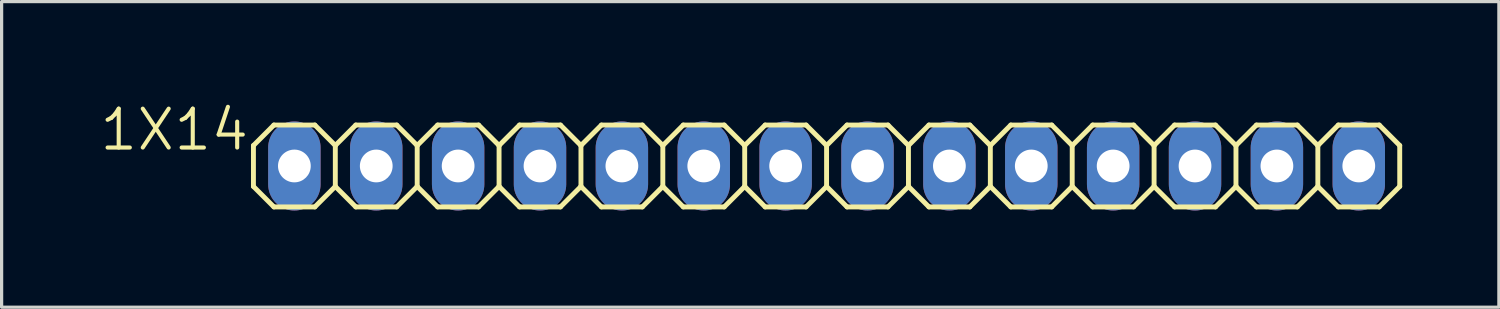
<source format=kicad_pcb>
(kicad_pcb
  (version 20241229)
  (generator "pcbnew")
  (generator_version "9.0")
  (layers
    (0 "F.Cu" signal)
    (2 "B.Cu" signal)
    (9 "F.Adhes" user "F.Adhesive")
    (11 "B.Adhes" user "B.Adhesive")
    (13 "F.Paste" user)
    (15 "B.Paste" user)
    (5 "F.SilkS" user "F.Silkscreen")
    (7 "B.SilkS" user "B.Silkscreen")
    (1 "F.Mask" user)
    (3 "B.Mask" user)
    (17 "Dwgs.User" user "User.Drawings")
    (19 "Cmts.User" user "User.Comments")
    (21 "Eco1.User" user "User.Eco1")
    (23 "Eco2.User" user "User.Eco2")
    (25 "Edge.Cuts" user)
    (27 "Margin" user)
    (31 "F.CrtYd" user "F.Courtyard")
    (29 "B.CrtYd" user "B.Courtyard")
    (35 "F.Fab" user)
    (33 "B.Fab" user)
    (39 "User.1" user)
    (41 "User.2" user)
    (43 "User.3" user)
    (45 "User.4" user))
  (footprint "1X14"
    (layer "F.Cu")
    (at 22.592 2.099)
    (property "Reference" "1X14" (at -17.856 -1.829 0) (layer "F.SilkS") (effects (font (size 1.206 1.206) (thickness 0.127)) (justify right top)))
    (attr through_hole)
    (fp_line (start -17.78 -0.635) (end -17.78 0.635) (stroke (width 0.152) (type solid)) (layer "F.SilkS"))
    (fp_line (start -17.78 0.635) (end -17.145 1.27) (stroke (width 0.152) (type solid)) (layer "F.SilkS"))
    (fp_line (start -17.145 -1.27) (end -17.78 -0.635) (stroke (width 0.152) (type solid)) (layer "F.SilkS"))
    (fp_line (start -17.145 -1.27) (end -15.875 -1.27) (stroke (width 0.152) (type solid)) (layer "F.SilkS"))
    (fp_line (start -15.875 -1.27) (end -15.24 -0.635) (stroke (width 0.152) (type solid)) (layer "F.SilkS"))
    (fp_line (start -15.875 1.27) (end -17.145 1.27) (stroke (width 0.152) (type solid)) (layer "F.SilkS"))
    (fp_line (start -15.24 -0.635) (end -15.24 0.635) (stroke (width 0.152) (type solid)) (layer "F.SilkS"))
    (fp_line (start -15.24 -0.635) (end -14.605 -1.27) (stroke (width 0.152) (type solid)) (layer "F.SilkS"))
    (fp_line (start -15.24 0.635) (end -15.875 1.27) (stroke (width 0.152) (type solid)) (layer "F.SilkS"))
    (fp_line (start -14.605 -1.27) (end -13.335 -1.27) (stroke (width 0.152) (type solid)) (layer "F.SilkS"))
    (fp_line (start -14.605 1.27) (end -15.24 0.635) (stroke (width 0.152) (type solid)) (layer "F.SilkS"))
    (fp_line (start -13.335 -1.27) (end -12.7 -0.635) (stroke (width 0.152) (type solid)) (layer "F.SilkS"))
    (fp_line (start -13.335 1.27) (end -14.605 1.27) (stroke (width 0.152) (type solid)) (layer "F.SilkS"))
    (fp_line (start -12.7 -0.635) (end -12.7 0.635) (stroke (width 0.152) (type solid)) (layer "F.SilkS"))
    (fp_line (start -12.7 -0.635) (end -12.065 -1.27) (stroke (width 0.152) (type solid)) (layer "F.SilkS"))
    (fp_line (start -12.7 0.635) (end -13.335 1.27) (stroke (width 0.152) (type solid)) (layer "F.SilkS"))
    (fp_line (start -12.065 -1.27) (end -10.795 -1.27) (stroke (width 0.152) (type solid)) (layer "F.SilkS"))
    (fp_line (start -12.065 1.27) (end -12.7 0.635) (stroke (width 0.152) (type solid)) (layer "F.SilkS"))
    (fp_line (start -10.795 -1.27) (end -10.16 -0.635) (stroke (width 0.152) (type solid)) (layer "F.SilkS"))
    (fp_line (start -10.795 1.27) (end -12.065 1.27) (stroke (width 0.152) (type solid)) (layer "F.SilkS"))
    (fp_line (start -10.16 -0.635) (end -10.16 0.635) (stroke (width 0.152) (type solid)) (layer "F.SilkS"))
    (fp_line (start -10.16 0.635) (end -10.795 1.27) (stroke (width 0.152) (type solid)) (layer "F.SilkS"))
    (fp_line (start -10.16 0.635) (end -9.525 1.27) (stroke (width 0.152) (type solid)) (layer "F.SilkS"))
    (fp_line (start -9.525 -1.27) (end -10.16 -0.635) (stroke (width 0.152) (type solid)) (layer "F.SilkS"))
    (fp_line (start -9.525 -1.27) (end -8.255 -1.27) (stroke (width 0.152) (type solid)) (layer "F.SilkS"))
    (fp_line (start -8.255 -1.27) (end -7.62 -0.635) (stroke (width 0.152) (type solid)) (layer "F.SilkS"))
    (fp_line (start -8.255 1.27) (end -9.525 1.27) (stroke (width 0.152) (type solid)) (layer "F.SilkS"))
    (fp_line (start -7.62 -0.635) (end -7.62 0.635) (stroke (width 0.152) (type solid)) (layer "F.SilkS"))
    (fp_line (start -7.62 -0.635) (end -6.985 -1.27) (stroke (width 0.152) (type solid)) (layer "F.SilkS"))
    (fp_line (start -7.62 0.635) (end -8.255 1.27) (stroke (width 0.152) (type solid)) (layer "F.SilkS"))
    (fp_line (start -6.985 -1.27) (end -5.715 -1.27) (stroke (width 0.152) (type solid)) (layer "F.SilkS"))
    (fp_line (start -6.985 1.27) (end -7.62 0.635) (stroke (width 0.152) (type solid)) (layer "F.SilkS"))
    (fp_line (start -5.715 -1.27) (end -5.08 -0.635) (stroke (width 0.152) (type solid)) (layer "F.SilkS"))
    (fp_line (start -5.715 1.27) (end -6.985 1.27) (stroke (width 0.152) (type solid)) (layer "F.SilkS"))
    (fp_line (start -5.08 -0.635) (end -5.08 0.635) (stroke (width 0.152) (type solid)) (layer "F.SilkS"))
    (fp_line (start -5.08 -0.635) (end -4.445 -1.27) (stroke (width 0.152) (type solid)) (layer "F.SilkS"))
    (fp_line (start -5.08 0.635) (end -5.715 1.27) (stroke (width 0.152) (type solid)) (layer "F.SilkS"))
    (fp_line (start -4.445 -1.27) (end -3.175 -1.27) (stroke (width 0.152) (type solid)) (layer "F.SilkS"))
    (fp_line (start -4.445 1.27) (end -5.08 0.635) (stroke (width 0.152) (type solid)) (layer "F.SilkS"))
    (fp_line (start -3.175 -1.27) (end -2.54 -0.635) (stroke (width 0.152) (type solid)) (layer "F.SilkS"))
    (fp_line (start -3.175 1.27) (end -4.445 1.27) (stroke (width 0.152) (type solid)) (layer "F.SilkS"))
    (fp_line (start -2.54 -0.635) (end -2.54 0.635) (stroke (width 0.152) (type solid)) (layer "F.SilkS"))
    (fp_line (start -2.54 0.635) (end -3.175 1.27) (stroke (width 0.152) (type solid)) (layer "F.SilkS"))
    (fp_line (start -2.54 0.635) (end -1.905 1.27) (stroke (width 0.152) (type solid)) (layer "F.SilkS"))
    (fp_line (start -1.905 -1.27) (end -2.54 -0.635) (stroke (width 0.152) (type solid)) (layer "F.SilkS"))
    (fp_line (start -1.905 -1.27) (end -0.635 -1.27) (stroke (width 0.152) (type solid)) (layer "F.SilkS"))
    (fp_line (start -0.635 -1.27) (end 0 -0.635) (stroke (width 0.152) (type solid)) (layer "F.SilkS"))
    (fp_line (start -0.635 1.27) (end -1.905 1.27) (stroke (width 0.152) (type solid)) (layer "F.SilkS"))
    (fp_line (start 0 -0.635) (end 0 0.635) (stroke (width 0.152) (type solid)) (layer "F.SilkS"))
    (fp_line (start 0 -0.635) (end 0.635 -1.27) (stroke (width 0.152) (type solid)) (layer "F.SilkS"))
    (fp_line (start 0 0.635) (end -0.635 1.27) (stroke (width 0.152) (type solid)) (layer "F.SilkS"))
    (fp_line (start 0.635 -1.27) (end 1.905 -1.27) (stroke (width 0.152) (type solid)) (layer "F.SilkS"))
    (fp_line (start 0.635 1.27) (end 0 0.635) (stroke (width 0.152) (type solid)) (layer "F.SilkS"))
    (fp_line (start 1.905 -1.27) (end 2.54 -0.635) (stroke (width 0.152) (type solid)) (layer "F.SilkS"))
    (fp_line (start 1.905 1.27) (end 0.635 1.27) (stroke (width 0.152) (type solid)) (layer "F.SilkS"))
    (fp_line (start 2.54 -0.635) (end 2.54 0.635) (stroke (width 0.152) (type solid)) (layer "F.SilkS"))
    (fp_line (start 2.54 -0.635) (end 3.175 -1.27) (stroke (width 0.152) (type solid)) (layer "F.SilkS"))
    (fp_line (start 2.54 0.635) (end 1.905 1.27) (stroke (width 0.152) (type solid)) (layer "F.SilkS"))
    (fp_line (start 3.175 -1.27) (end 4.445 -1.27) (stroke (width 0.152) (type solid)) (layer "F.SilkS"))
    (fp_line (start 3.175 1.27) (end 2.54 0.635) (stroke (width 0.152) (type solid)) (layer "F.SilkS"))
    (fp_line (start 4.445 -1.27) (end 5.08 -0.635) (stroke (width 0.152) (type solid)) (layer "F.SilkS"))
    (fp_line (start 4.445 1.27) (end 3.175 1.27) (stroke (width 0.152) (type solid)) (layer "F.SilkS"))
    (fp_line (start 5.08 -0.635) (end 5.08 0.635) (stroke (width 0.152) (type solid)) (layer "F.SilkS"))
    (fp_line (start 5.08 0.635) (end 4.445 1.27) (stroke (width 0.152) (type solid)) (layer "F.SilkS"))
    (fp_line (start 5.08 0.635) (end 5.715 1.27) (stroke (width 0.152) (type solid)) (layer "F.SilkS"))
    (fp_line (start 5.715 -1.27) (end 5.08 -0.635) (stroke (width 0.152) (type solid)) (layer "F.SilkS"))
    (fp_line (start 5.715 -1.27) (end 6.985 -1.27) (stroke (width 0.152) (type solid)) (layer "F.SilkS"))
    (fp_line (start 6.985 -1.27) (end 7.62 -0.635) (stroke (width 0.152) (type solid)) (layer "F.SilkS"))
    (fp_line (start 6.985 1.27) (end 5.715 1.27) (stroke (width 0.152) (type solid)) (layer "F.SilkS"))
    (fp_line (start 7.62 -0.635) (end 7.62 0.635) (stroke (width 0.152) (type solid)) (layer "F.SilkS"))
    (fp_line (start 7.62 -0.635) (end 8.255 -1.27) (stroke (width 0.152) (type solid)) (layer "F.SilkS"))
    (fp_line (start 7.62 0.635) (end 6.985 1.27) (stroke (width 0.152) (type solid)) (layer "F.SilkS"))
    (fp_line (start 8.255 -1.27) (end 9.525 -1.27) (stroke (width 0.152) (type solid)) (layer "F.SilkS"))
    (fp_line (start 8.255 1.27) (end 7.62 0.635) (stroke (width 0.152) (type solid)) (layer "F.SilkS"))
    (fp_line (start 9.525 -1.27) (end 10.16 -0.635) (stroke (width 0.152) (type solid)) (layer "F.SilkS"))
    (fp_line (start 9.525 1.27) (end 8.255 1.27) (stroke (width 0.152) (type solid)) (layer "F.SilkS"))
    (fp_line (start 10.16 -0.635) (end 10.16 0.635) (stroke (width 0.152) (type solid)) (layer "F.SilkS"))
    (fp_line (start 10.16 -0.635) (end 10.795 -1.27) (stroke (width 0.152) (type solid)) (layer "F.SilkS"))
    (fp_line (start 10.16 0.635) (end 9.525 1.27) (stroke (width 0.152) (type solid)) (layer "F.SilkS"))
    (fp_line (start 10.795 -1.27) (end 12.065 -1.27) (stroke (width 0.152) (type solid)) (layer "F.SilkS"))
    (fp_line (start 10.795 1.27) (end 10.16 0.635) (stroke (width 0.152) (type solid)) (layer "F.SilkS"))
    (fp_line (start 12.065 -1.27) (end 12.7 -0.635) (stroke (width 0.152) (type solid)) (layer "F.SilkS"))
    (fp_line (start 12.065 1.27) (end 10.795 1.27) (stroke (width 0.152) (type solid)) (layer "F.SilkS"))
    (fp_line (start 12.7 -0.635) (end 12.7 0.635) (stroke (width 0.152) (type solid)) (layer "F.SilkS"))
    (fp_line (start 12.7 0.635) (end 12.065 1.27) (stroke (width 0.152) (type solid)) (layer "F.SilkS"))
    (fp_line (start 12.7 0.635) (end 13.335 1.27) (stroke (width 0.152) (type solid)) (layer "F.SilkS"))
    (fp_line (start 13.335 -1.27) (end 12.7 -0.635) (stroke (width 0.152) (type solid)) (layer "F.SilkS"))
    (fp_line (start 13.335 -1.27) (end 14.605 -1.27) (stroke (width 0.152) (type solid)) (layer "F.SilkS"))
    (fp_line (start 14.605 -1.27) (end 15.24 -0.635) (stroke (width 0.152) (type solid)) (layer "F.SilkS"))
    (fp_line (start 14.605 1.27) (end 13.335 1.27) (stroke (width 0.152) (type solid)) (layer "F.SilkS"))
    (fp_line (start 15.24 -0.635) (end 15.24 0.635) (stroke (width 0.152) (type solid)) (layer "F.SilkS"))
    (fp_line (start 15.24 -0.635) (end 15.875 -1.27) (stroke (width 0.152) (type solid)) (layer "F.SilkS"))
    (fp_line (start 15.24 0.635) (end 14.605 1.27) (stroke (width 0.152) (type solid)) (layer "F.SilkS"))
    (fp_line (start 15.875 -1.27) (end 17.145 -1.27) (stroke (width 0.152) (type solid)) (layer "F.SilkS"))
    (fp_line (start 15.875 1.27) (end 15.24 0.635) (stroke (width 0.152) (type solid)) (layer "F.SilkS"))
    (fp_line (start 17.145 -1.27) (end 17.78 -0.635) (stroke (width 0.152) (type solid)) (layer "F.SilkS"))
    (fp_line (start 17.145 1.27) (end 15.875 1.27) (stroke (width 0.152) (type solid)) (layer "F.SilkS"))
    (fp_line (start 17.78 -0.635) (end 17.78 0.635) (stroke (width 0.152) (type solid)) (layer "F.SilkS"))
    (fp_line (start 17.78 0.635) (end 17.145 1.27) (stroke (width 0.152) (type solid)) (layer "F.SilkS"))
    (fp_poly (pts (xy -16.764 0.254) (xy -16.256 0.254) (xy -16.256 -0.254) (xy -16.764 -0.254)) (stroke (width 0.1) (type solid)) (fill no) (layer "F.Fab"))
    (fp_poly (pts (xy -14.224 0.254) (xy -13.716 0.254) (xy -13.716 -0.254) (xy -14.224 -0.254)) (stroke (width 0.1) (type solid)) (fill no) (layer "F.Fab"))
    (fp_poly (pts (xy -11.684 0.254) (xy -11.176 0.254) (xy -11.176 -0.254) (xy -11.684 -0.254)) (stroke (width 0.1) (type solid)) (fill no) (layer "F.Fab"))
    (fp_poly (pts (xy -9.144 0.254) (xy -8.636 0.254) (xy -8.636 -0.254) (xy -9.144 -0.254)) (stroke (width 0.1) (type solid)) (fill no) (layer "F.Fab"))
    (fp_poly (pts (xy -6.604 0.254) (xy -6.096 0.254) (xy -6.096 -0.254) (xy -6.604 -0.254)) (stroke (width 0.1) (type solid)) (fill no) (layer "F.Fab"))
    (fp_poly (pts (xy -4.064 0.254) (xy -3.556 0.254) (xy -3.556 -0.254) (xy -4.064 -0.254)) (stroke (width 0.1) (type solid)) (fill no) (layer "F.Fab"))
    (fp_poly (pts (xy -1.524 0.254) (xy -1.016 0.254) (xy -1.016 -0.254) (xy -1.524 -0.254)) (stroke (width 0.1) (type solid)) (fill no) (layer "F.Fab"))
    (fp_poly (pts (xy 1.016 0.254) (xy 1.524 0.254) (xy 1.524 -0.254) (xy 1.016 -0.254)) (stroke (width 0.1) (type solid)) (fill no) (layer "F.Fab"))
    (fp_poly (pts (xy 3.556 0.254) (xy 4.064 0.254) (xy 4.064 -0.254) (xy 3.556 -0.254)) (stroke (width 0.1) (type solid)) (fill no) (layer "F.Fab"))
    (fp_poly (pts (xy 6.096 0.254) (xy 6.604 0.254) (xy 6.604 -0.254) (xy 6.096 -0.254)) (stroke (width 0.1) (type solid)) (fill no) (layer "F.Fab"))
    (fp_poly (pts (xy 8.636 0.254) (xy 9.144 0.254) (xy 9.144 -0.254) (xy 8.636 -0.254)) (stroke (width 0.1) (type solid)) (fill no) (layer "F.Fab"))
    (fp_poly (pts (xy 11.176 0.254) (xy 11.684 0.254) (xy 11.684 -0.254) (xy 11.176 -0.254)) (stroke (width 0.1) (type solid)) (fill no) (layer "F.Fab"))
    (fp_poly (pts (xy 13.716 0.254) (xy 14.224 0.254) (xy 14.224 -0.254) (xy 13.716 -0.254)) (stroke (width 0.1) (type solid)) (fill no) (layer "F.Fab"))
    (fp_poly (pts (xy 16.256 0.254) (xy 16.764 0.254) (xy 16.764 -0.254) (xy 16.256 -0.254)) (stroke (width 0.1) (type solid)) (fill no) (layer "F.Fab"))
    (pad "1" thru_hole oval (at -16.51 0 90) (size 2.764 1.626) (drill 1.016) (layers "*.Cu" "*.Mask"))
    (pad "2" thru_hole oval (at -13.97 0 90) (size 2.764 1.626) (drill 1.016) (layers "*.Cu" "*.Mask"))
    (pad "3" thru_hole oval (at -11.43 0 90) (size 2.764 1.626) (drill 1.016) (layers "*.Cu" "*.Mask"))
    (pad "4" thru_hole oval (at -8.89 0 90) (size 2.764 1.626) (drill 1.016) (layers "*.Cu" "*.Mask"))
    (pad "5" thru_hole oval (at -6.35 0 90) (size 2.764 1.626) (drill 1.016) (layers "*.Cu" "*.Mask"))
    (pad "6" thru_hole oval (at -3.81 0 90) (size 2.764 1.626) (drill 1.016) (layers "*.Cu" "*.Mask"))
    (pad "7" thru_hole oval (at -1.27 0 90) (size 2.764 1.626) (drill 1.016) (layers "*.Cu" "*.Mask"))
    (pad "8" thru_hole oval (at 1.27 0 90) (size 2.764 1.626) (drill 1.016) (layers "*.Cu" "*.Mask"))
    (pad "9" thru_hole oval (at 3.81 0 90) (size 2.764 1.626) (drill 1.016) (layers "*.Cu" "*.Mask"))
    (pad "10" thru_hole oval (at 6.35 0 90) (size 2.764 1.626) (drill 1.016) (layers "*.Cu" "*.Mask"))
    (pad "11" thru_hole oval (at 8.89 0 90) (size 2.764 1.626) (drill 1.016) (layers "*.Cu" "*.Mask"))
    (pad "12" thru_hole oval (at 11.43 0 90) (size 2.764 1.626) (drill 1.016) (layers "*.Cu" "*.Mask"))
    (pad "13" thru_hole oval (at 13.97 0 90) (size 2.764 1.626) (drill 1.016) (layers "*.Cu" "*.Mask"))
    (pad "14" thru_hole oval (at 16.51 0 90) (size 2.764 1.626) (drill 1.016) (layers "*.Cu" "*.Mask")))
  (gr_rect
    (start -3 -3)
    (end 43.448 6.48)
    (stroke (width 0.1) (type default))
    (fill no)
    (layer "Edge.Cuts")))
</source>
